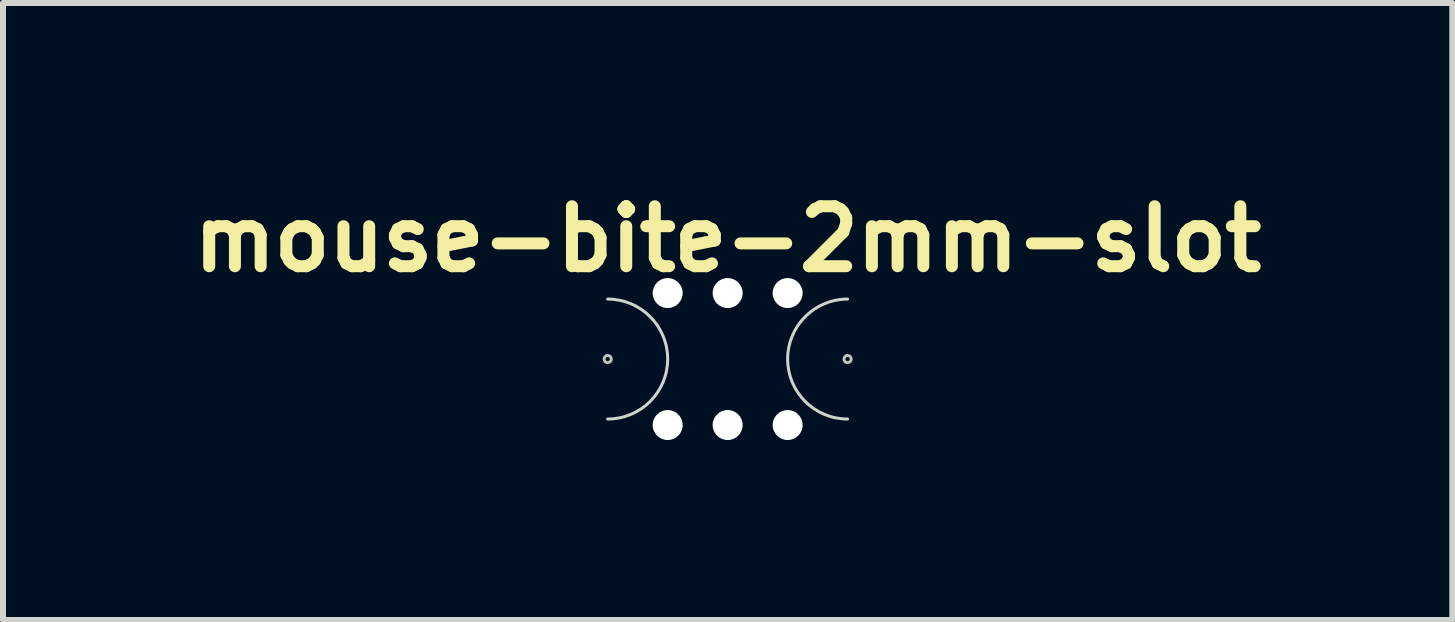
<source format=kicad_pcb>
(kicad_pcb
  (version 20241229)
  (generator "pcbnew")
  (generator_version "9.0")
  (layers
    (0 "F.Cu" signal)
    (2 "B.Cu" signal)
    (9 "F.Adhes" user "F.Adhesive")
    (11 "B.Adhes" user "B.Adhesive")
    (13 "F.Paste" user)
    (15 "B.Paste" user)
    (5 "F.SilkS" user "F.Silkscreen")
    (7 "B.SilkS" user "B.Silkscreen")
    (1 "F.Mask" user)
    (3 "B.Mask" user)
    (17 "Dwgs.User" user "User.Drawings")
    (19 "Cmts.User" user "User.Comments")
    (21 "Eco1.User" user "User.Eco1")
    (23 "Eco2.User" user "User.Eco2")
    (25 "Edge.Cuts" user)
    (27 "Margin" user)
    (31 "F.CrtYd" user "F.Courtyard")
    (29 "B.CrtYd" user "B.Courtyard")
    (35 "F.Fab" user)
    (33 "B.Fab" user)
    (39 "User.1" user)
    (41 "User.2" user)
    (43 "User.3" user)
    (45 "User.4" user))
  (footprint "mouse-bite-2mm-slot"
    (layer "F.Cu")
    (at 9.081 2.936)
    (property "Reference" "mouse-bite-2mm-slot" (at 0 -2 0) (layer "F.SilkS") (effects (font (size 1 1) (thickness 0.2))))
    (attr through_hole)
    (fp_circle (center -2 0) (end -2 -0.06) (stroke (width 0.05) (type solid)) (fill no) (layer "Dwgs.User"))
    (fp_circle (center 2 0) (end 2.06 0) (stroke (width 0.05) (type solid)) (fill no) (layer "Dwgs.User"))
    (fp_arc (start -2 -1) (mid -1 0) (end -2 1) (stroke (width 0.05) (type solid)) (layer "Edge.Cuts"))
    (fp_arc (start 2 1) (mid 1 0) (end 2 -1) (stroke (width 0.05) (type solid)) (layer "Edge.Cuts"))
    (pad "" np_thru_hole circle (at -1 -1.1) (size 0.5 0.5) (drill 0.5) (layers "*.Cu" "*.Mask"))
    (pad "" np_thru_hole circle (at -1 1.1) (size 0.5 0.5) (drill 0.5) (layers "*.Cu" "*.Mask"))
    (pad "" np_thru_hole circle (at 0 -1.1) (size 0.5 0.5) (drill 0.5) (layers "*.Cu" "*.Mask"))
    (pad "" np_thru_hole circle (at 0 1.1) (size 0.5 0.5) (drill 0.5) (layers "*.Cu" "*.Mask"))
    (pad "" np_thru_hole circle (at 1 -1.1) (size 0.5 0.5) (drill 0.5) (layers "*.Cu" "*.Mask"))
    (pad "" np_thru_hole circle (at 1 1.1) (size 0.5 0.5) (drill 0.5) (layers "*.Cu" "*.Mask")))
  (gr_rect
    (start -3 -3)
    (end 21.162 7.286)
    (stroke (width 0.1) (type default))
    (fill no)
    (layer "Edge.Cuts")))
</source>
